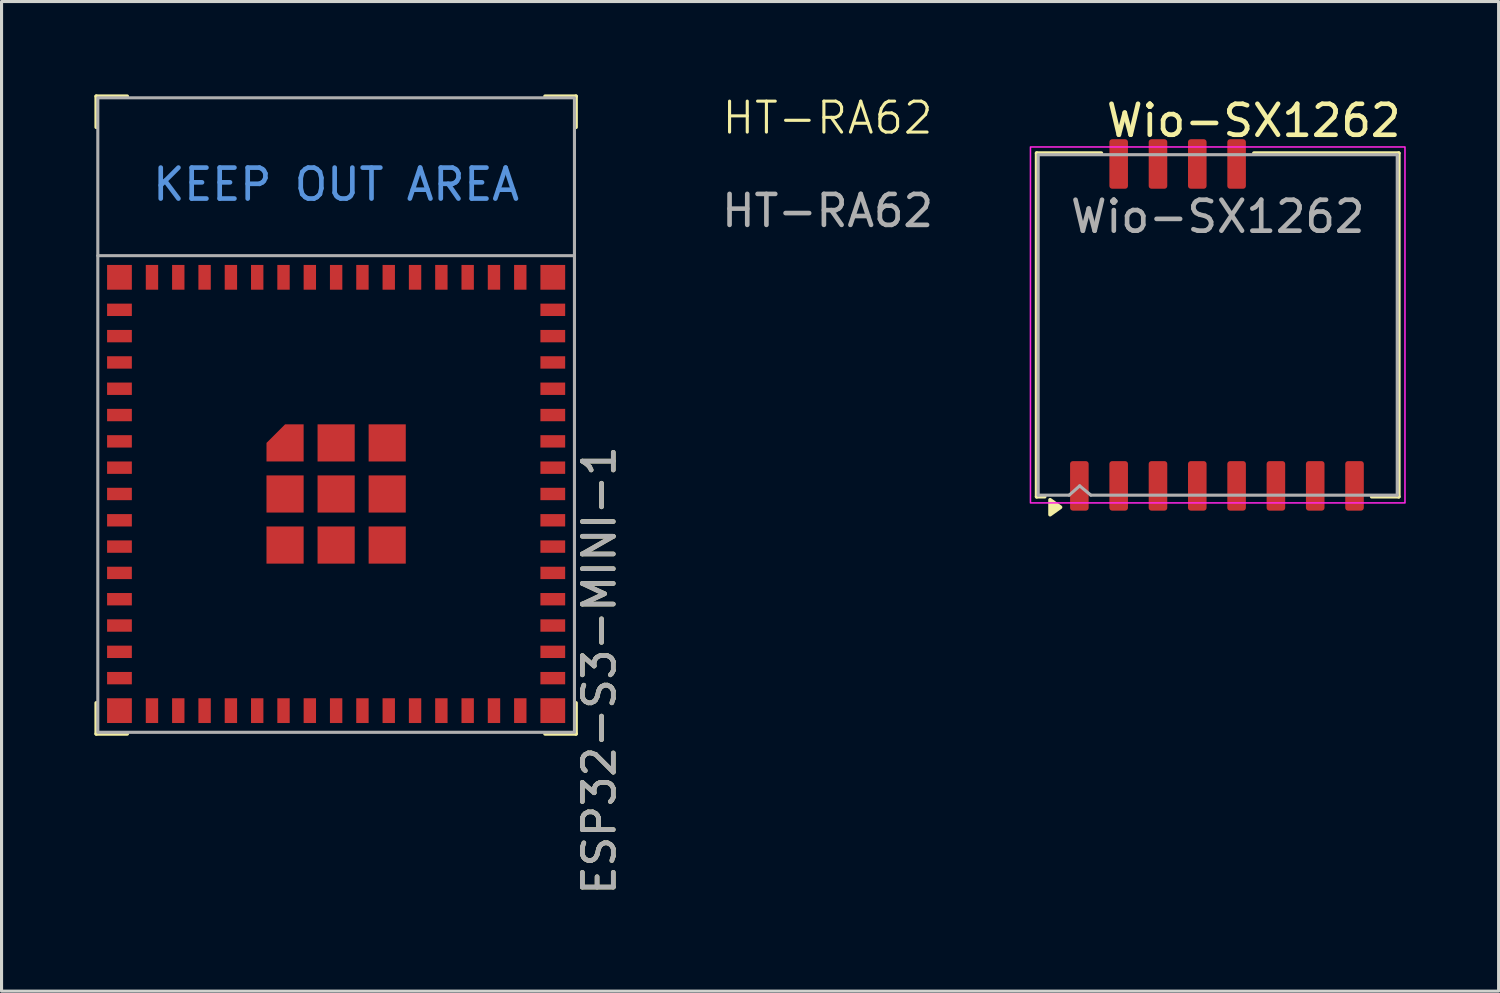
<source format=kicad_pcb>
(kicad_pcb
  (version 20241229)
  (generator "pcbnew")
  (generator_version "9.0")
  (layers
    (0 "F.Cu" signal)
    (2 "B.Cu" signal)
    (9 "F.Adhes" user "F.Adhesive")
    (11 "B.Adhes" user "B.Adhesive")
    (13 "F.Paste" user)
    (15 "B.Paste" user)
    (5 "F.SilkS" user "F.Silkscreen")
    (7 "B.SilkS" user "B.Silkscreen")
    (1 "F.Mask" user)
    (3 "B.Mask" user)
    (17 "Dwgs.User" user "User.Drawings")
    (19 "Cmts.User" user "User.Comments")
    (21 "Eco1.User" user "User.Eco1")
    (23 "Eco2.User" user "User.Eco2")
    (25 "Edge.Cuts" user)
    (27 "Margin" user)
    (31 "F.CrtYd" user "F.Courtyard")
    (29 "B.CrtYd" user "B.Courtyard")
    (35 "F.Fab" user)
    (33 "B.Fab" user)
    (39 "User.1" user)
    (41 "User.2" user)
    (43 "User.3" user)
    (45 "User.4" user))
  (footprint "ESP32-S3-MINI-1"
    (layer "F.Cu")
    (at 7.81 12.91)
    (property "Reference" "ESP32-S3-MINI-1" (at 8.5 5.7 90) (unlocked yes) (layer "F.SilkS") (effects (font (size 1 1) (thickness 0.15))))
    (attr smd)
    (fp_line (start -7.75 -12.85) (end -7.75 -11.85) (stroke (width 0.12) (type solid)) (layer "F.SilkS"))
    (fp_line (start -7.75 -12.85) (end -6.75 -12.85) (stroke (width 0.12) (type solid)) (layer "F.SilkS"))
    (fp_line (start -7.75 7.75) (end -7.75 6.75) (stroke (width 0.12) (type solid)) (layer "F.SilkS"))
    (fp_line (start -7.75 7.75) (end -6.75 7.75) (stroke (width 0.12) (type solid)) (layer "F.SilkS"))
    (fp_line (start 7.75 -12.85) (end 6.75 -12.85) (stroke (width 0.12) (type solid)) (layer "F.SilkS"))
    (fp_line (start 7.75 -12.85) (end 7.75 -11.85) (stroke (width 0.12) (type solid)) (layer "F.SilkS"))
    (fp_line (start 7.75 7.75) (end 6.75 7.75) (stroke (width 0.12) (type solid)) (layer "F.SilkS"))
    (fp_line (start 7.75 7.75) (end 7.75 6.75) (stroke (width 0.12) (type solid)) (layer "F.SilkS"))
    (fp_line (start 7.7 -7.7) (end -7.7 -7.7) (stroke (width 0.1) (type solid)) (layer "F.Fab"))
    (fp_rect (start -7.7 -12.8) (end 7.7 7.7) (stroke (width 0.1) (type solid)) (fill no) (layer "F.Fab"))
    (fp_text user "KEEP OUT AREA" (at 0 -10 0) (unlocked yes) (layer "Cmts.User") (effects (font (size 1 1) (thickness 0.15))))
    (fp_text user "${REFERENCE}" (at 8.5 5.7 90) (unlocked yes) (layer "F.Fab") (effects (font (size 1 1) (thickness 0.15))))
    (pad "1" smd rect (at -7 -5.95) (size 0.8 0.4) (layers "F.Cu" "F.Mask" "F.Paste"))
    (pad "2" smd rect (at -7 -5.1) (size 0.8 0.4) (layers "F.Cu" "F.Mask" "F.Paste"))
    (pad "3" smd rect (at -7 -4.25) (size 0.8 0.4) (layers "F.Cu" "F.Mask" "F.Paste"))
    (pad "4" smd rect (at -7 -3.4) (size 0.8 0.4) (layers "F.Cu" "F.Mask" "F.Paste"))
    (pad "5" smd rect (at -7 -2.55) (size 0.8 0.4) (layers "F.Cu" "F.Mask" "F.Paste"))
    (pad "6" smd rect (at -7 -1.7) (size 0.8 0.4) (layers "F.Cu" "F.Mask" "F.Paste"))
    (pad "7" smd rect (at -7 -0.85) (size 0.8 0.4) (layers "F.Cu" "F.Mask" "F.Paste"))
    (pad "8" smd rect (at -7 0) (size 0.8 0.4) (layers "F.Cu" "F.Mask" "F.Paste"))
    (pad "9" smd rect (at -7 0.85) (size 0.8 0.4) (layers "F.Cu" "F.Mask" "F.Paste"))
    (pad "10" smd rect (at -7 1.7) (size 0.8 0.4) (layers "F.Cu" "F.Mask" "F.Paste"))
    (pad "11" smd rect (at -7 2.55) (size 0.8 0.4) (layers "F.Cu" "F.Mask" "F.Paste"))
    (pad "12" smd rect (at -7 3.4) (size 0.8 0.4) (layers "F.Cu" "F.Mask" "F.Paste"))
    (pad "13" smd rect (at -7 4.25) (size 0.8 0.4) (layers "F.Cu" "F.Mask" "F.Paste"))
    (pad "14" smd rect (at -7 5.1) (size 0.8 0.4) (layers "F.Cu" "F.Mask" "F.Paste"))
    (pad "15" smd rect (at -7 5.95) (size 0.8 0.4) (layers "F.Cu" "F.Mask" "F.Paste"))
    (pad "16" smd rect (at -5.95 7 90) (size 0.8 0.4) (layers "F.Cu" "F.Mask" "F.Paste"))
    (pad "17" smd rect (at -5.1 7 90) (size 0.8 0.4) (layers "F.Cu" "F.Mask" "F.Paste"))
    (pad "18" smd rect (at -4.25 7 90) (size 0.8 0.4) (layers "F.Cu" "F.Mask" "F.Paste"))
    (pad "19" smd rect (at -3.4 7 90) (size 0.8 0.4) (layers "F.Cu" "F.Mask" "F.Paste"))
    (pad "20" smd rect (at -2.55 7 90) (size 0.8 0.4) (layers "F.Cu" "F.Mask" "F.Paste"))
    (pad "21" smd rect (at -1.7 7 90) (size 0.8 0.4) (layers "F.Cu" "F.Mask" "F.Paste"))
    (pad "22" smd rect (at -0.85 7 90) (size 0.8 0.4) (layers "F.Cu" "F.Mask" "F.Paste"))
    (pad "23" smd rect (at 0 7 90) (size 0.8 0.4) (layers "F.Cu" "F.Mask" "F.Paste"))
    (pad "24" smd rect (at 0.85 7 90) (size 0.8 0.4) (layers "F.Cu" "F.Mask" "F.Paste"))
    (pad "25" smd rect (at 1.7 7 90) (size 0.8 0.4) (layers "F.Cu" "F.Mask" "F.Paste"))
    (pad "26" smd rect (at 2.55 7 90) (size 0.8 0.4) (layers "F.Cu" "F.Mask" "F.Paste"))
    (pad "27" smd rect (at 3.4 7 90) (size 0.8 0.4) (layers "F.Cu" "F.Mask" "F.Paste"))
    (pad "28" smd rect (at 4.25 7 90) (size 0.8 0.4) (layers "F.Cu" "F.Mask" "F.Paste"))
    (pad "29" smd rect (at 5.1 7 90) (size 0.8 0.4) (layers "F.Cu" "F.Mask" "F.Paste"))
    (pad "30" smd rect (at 5.95 7 90) (size 0.8 0.4) (layers "F.Cu" "F.Mask" "F.Paste"))
    (pad "31" smd rect (at 7 5.95) (size 0.8 0.4) (layers "F.Cu" "F.Mask" "F.Paste"))
    (pad "32" smd rect (at 7 5.1) (size 0.8 0.4) (layers "F.Cu" "F.Mask" "F.Paste"))
    (pad "33" smd rect (at 7 4.25) (size 0.8 0.4) (layers "F.Cu" "F.Mask" "F.Paste"))
    (pad "34" smd rect (at 7 3.4) (size 0.8 0.4) (layers "F.Cu" "F.Mask" "F.Paste"))
    (pad "35" smd rect (at 7 2.55) (size 0.8 0.4) (layers "F.Cu" "F.Mask" "F.Paste"))
    (pad "36" smd rect (at 7 1.7) (size 0.8 0.4) (layers "F.Cu" "F.Mask" "F.Paste"))
    (pad "37" smd rect (at 7 0.85) (size 0.8 0.4) (layers "F.Cu" "F.Mask" "F.Paste"))
    (pad "38" smd rect (at 7 0) (size 0.8 0.4) (layers "F.Cu" "F.Mask" "F.Paste"))
    (pad "39" smd rect (at 7 -0.85) (size 0.8 0.4) (layers "F.Cu" "F.Mask" "F.Paste"))
    (pad "40" smd rect (at 7 -1.7) (size 0.8 0.4) (layers "F.Cu" "F.Mask" "F.Paste"))
    (pad "41" smd rect (at 7 -2.55) (size 0.8 0.4) (layers "F.Cu" "F.Mask" "F.Paste"))
    (pad "42" smd rect (at 7 -3.4) (size 0.8 0.4) (layers "F.Cu" "F.Mask" "F.Paste"))
    (pad "43" smd rect (at 7 -4.25) (size 0.8 0.4) (layers "F.Cu" "F.Mask" "F.Paste"))
    (pad "44" smd rect (at 7 -5.1) (size 0.8 0.4) (layers "F.Cu" "F.Mask" "F.Paste"))
    (pad "45" smd rect (at 7 -5.95) (size 0.8 0.4) (layers "F.Cu" "F.Mask" "F.Paste"))
    (pad "46" smd rect (at 5.95 -7 90) (size 0.8 0.4) (layers "F.Cu" "F.Mask" "F.Paste"))
    (pad "47" smd rect (at 5.1 -7 90) (size 0.8 0.4) (layers "F.Cu" "F.Mask" "F.Paste"))
    (pad "48" smd rect (at 4.25 -7 90) (size 0.8 0.4) (layers "F.Cu" "F.Mask" "F.Paste"))
    (pad "49" smd rect (at 3.4 -7 90) (size 0.8 0.4) (layers "F.Cu" "F.Mask" "F.Paste"))
    (pad "50" smd rect (at 2.55 -7 90) (size 0.8 0.4) (layers "F.Cu" "F.Mask" "F.Paste"))
    (pad "51" smd rect (at 1.7 -7 90) (size 0.8 0.4) (layers "F.Cu" "F.Mask" "F.Paste"))
    (pad "52" smd rect (at 0.85 -7 90) (size 0.8 0.4) (layers "F.Cu" "F.Mask" "F.Paste"))
    (pad "53" smd rect (at 0 -7 90) (size 0.8 0.4) (layers "F.Cu" "F.Mask" "F.Paste"))
    (pad "54" smd rect (at -0.85 -7 90) (size 0.8 0.4) (layers "F.Cu" "F.Mask" "F.Paste"))
    (pad "55" smd rect (at -1.7 -7 90) (size 0.8 0.4) (layers "F.Cu" "F.Mask" "F.Paste"))
    (pad "56" smd rect (at -2.55 -7 90) (size 0.8 0.4) (layers "F.Cu" "F.Mask" "F.Paste"))
    (pad "57" smd rect (at -3.4 -7 90) (size 0.8 0.4) (layers "F.Cu" "F.Mask" "F.Paste"))
    (pad "58" smd rect (at -4.25 -7 90) (size 0.8 0.4) (layers "F.Cu" "F.Mask" "F.Paste"))
    (pad "59" smd rect (at -5.1 -7 90) (size 0.8 0.4) (layers "F.Cu" "F.Mask" "F.Paste"))
    (pad "60" smd rect (at -5.95 -7 90) (size 0.8 0.4) (layers "F.Cu" "F.Mask" "F.Paste"))
    (pad "61" smd roundrect (at -1.65 -1.65) (size 1.2 1.2) (layers "F.Cu" "F.Mask" "F.Paste") (roundrect_rratio 0) (chamfer_ratio 0.5) (chamfer top_left))
    (pad "61" smd rect (at -1.65 0) (size 1.2 1.2) (layers "F.Cu" "F.Mask" "F.Paste"))
    (pad "61" smd rect (at -1.65 1.65) (size 1.2 1.2) (layers "F.Cu" "F.Mask" "F.Paste"))
    (pad "61" smd rect (at 0 -1.65) (size 1.2 1.2) (layers "F.Cu" "F.Mask" "F.Paste"))
    (pad "61" smd rect (at 0 0) (size 1.2 1.2) (layers "F.Cu" "F.Mask" "F.Paste"))
    (pad "61" smd rect (at 0 1.65) (size 1.2 1.2) (layers "F.Cu" "F.Mask" "F.Paste"))
    (pad "61" smd rect (at 1.65 -1.65) (size 1.2 1.2) (layers "F.Cu" "F.Mask" "F.Paste"))
    (pad "61" smd rect (at 1.65 0) (size 1.2 1.2) (layers "F.Cu" "F.Mask" "F.Paste"))
    (pad "61" smd rect (at 1.65 1.65) (size 1.2 1.2) (layers "F.Cu" "F.Mask" "F.Paste"))
    (pad "62" smd rect (at -7 -7) (size 0.8 0.8) (layers "F.Cu" "F.Mask" "F.Paste"))
    (pad "63" smd rect (at -7 7) (size 0.8 0.8) (layers "F.Cu" "F.Mask" "F.Paste"))
    (pad "64" smd rect (at 7 7) (size 0.8 0.8) (layers "F.Cu" "F.Mask" "F.Paste"))
    (pad "65" smd rect (at 7 -7) (size 0.8 0.8) (layers "F.Cu" "F.Mask" "F.Paste"))
    (zone (net_name "") (layers "F.Cu" "B.Cu") (hatch edge 0.508) (connect_pads) (min_thickness 0.254) (filled_areas_thickness no) (keepout (tracks not_allowed) (vias not_allowed) (pads not_allowed) (copperpour not_allowed) (footprints not_allowed)) (placement (enabled no)) (fill) (polygon (pts (xy 15.51 5.21) (xy 0.11 5.21) (xy 0.11 0.11) (xy 15.51 0.11)))))
  (footprint "HT-RA62"
    (layer "F.Cu")
    (at 23.688 1.26)
    (property "Reference" "HT-RA62" (at 0 -0.5 0) (unlocked yes) (layer "F.SilkS") (effects (font (size 1 1) (thickness 0.1))))
    (attr smd)
    (fp_text user "${REFERENCE}" (at 0 2.5 0) (unlocked yes) (layer "F.Fab") (effects (font (size 1 1) (thickness 0.15)))))
  (footprint "Wio-SX1262"
    (layer "F.Cu")
    (at 36.293 7.448)
    (property "Reference" "Wio-SX1262" (at 6 -6.6 0) (unlocked yes) (layer "F.SilkS") (effects (font (size 1 1) (thickness 0.15)) (justify right)))
    (attr smd)
    (fp_line (start -5.85 5.55) (end -5.85 -5.55) (stroke (width 0.12) (type solid)) (layer "F.SilkS"))
    (fp_line (start -5.85 5.55) (end -5.59 5.55) (stroke (width 0.12) (type solid)) (layer "F.SilkS"))
    (fp_line (start -3.76 -5.55) (end -5.85 -5.55) (stroke (width 0.12) (type solid)) (layer "F.SilkS"))
    (fp_line (start 4.975 5.55) (end 5.85 5.55) (stroke (width 0.12) (type solid)) (layer "F.SilkS"))
    (fp_line (start 5.85 -5.55) (end 1.17 -5.55) (stroke (width 0.12) (type solid)) (layer "F.SilkS"))
    (fp_line (start 5.85 5.55) (end 5.85 -5.55) (stroke (width 0.12) (type solid)) (layer "F.SilkS"))
    (fp_poly (pts (xy -5.08 5.89) (xy -5.416 6.13) (xy -5.416 5.65) (xy -5.08 5.89)) (stroke (width 0.12) (type solid)) (fill yes) (layer "F.SilkS"))
    (fp_rect (start -6.05 -5.75) (end 6.05 5.75) (stroke (width 0.05) (type solid)) (fill no) (layer "F.CrtYd"))
    (fp_line (start -5.8 -5.5) (end 5.8 -5.5) (stroke (width 0.1) (type solid)) (layer "F.Fab"))
    (fp_line (start -5.8 5.5) (end -5.8 -5.5) (stroke (width 0.1) (type solid)) (layer "F.Fab"))
    (fp_line (start -5.8 5.5) (end -4.8 5.5) (stroke (width 0.1) (type solid)) (layer "F.Fab"))
    (fp_line (start -4.8 5.5) (end -4.46 5.2) (stroke (width 0.1) (type solid)) (layer "F.Fab"))
    (fp_line (start -4.46 5.2) (end -4.1 5.5) (stroke (width 0.1) (type solid)) (layer "F.Fab"))
    (fp_line (start 5.8 -5.5) (end 5.8 5.5) (stroke (width 0.1) (type solid)) (layer "F.Fab"))
    (fp_line (start 5.8 5.5) (end -4.1 5.5) (stroke (width 0.1) (type solid)) (layer "F.Fab"))
    (fp_text user "${REFERENCE}" (at 0 -3.5 0) (unlocked yes) (layer "F.Fab") (effects (font (size 1 1) (thickness 0.15))))
    (pad "1" smd roundrect (at -4.47 5.2) (size 0.6 1.6) (layers "F.Cu" "F.Mask" "F.Paste") (roundrect_rratio 0.15))
    (pad "2" smd roundrect (at -3.2 5.2) (size 0.6 1.6) (layers "F.Cu" "F.Mask" "F.Paste") (roundrect_rratio 0.15))
    (pad "3" smd roundrect (at -1.93 5.2) (size 0.6 1.6) (layers "F.Cu" "F.Mask" "F.Paste") (roundrect_rratio 0.15))
    (pad "4" smd roundrect (at -0.66 5.2) (size 0.6 1.6) (layers "F.Cu" "F.Mask" "F.Paste") (roundrect_rratio 0.15))
    (pad "5" smd roundrect (at 0.61 5.2) (size 0.6 1.6) (layers "F.Cu" "F.Mask" "F.Paste") (roundrect_rratio 0.15))
    (pad "6" smd roundrect (at 1.88 5.2) (size 0.6 1.6) (layers "F.Cu" "F.Mask" "F.Paste") (roundrect_rratio 0.15))
    (pad "7" smd roundrect (at 3.15 5.2) (size 0.6 1.6) (layers "F.Cu" "F.Mask" "F.Paste") (roundrect_rratio 0.15))
    (pad "8" smd roundrect (at 4.42 5.2) (size 0.6 1.6) (layers "F.Cu" "F.Mask" "F.Paste") (roundrect_rratio 0.15))
    (pad "9" smd roundrect (at 0.61 -5.2) (size 0.6 1.6) (layers "F.Cu" "F.Mask" "F.Paste") (roundrect_rratio 0.15))
    (pad "10" smd roundrect (at -0.66 -5.2) (size 0.6 1.6) (layers "F.Cu" "F.Mask" "F.Paste") (roundrect_rratio 0.15))
    (pad "11" smd roundrect (at -1.93 -5.2) (size 0.6 1.6) (layers "F.Cu" "F.Mask" "F.Paste") (roundrect_rratio 0.15))
    (pad "12" smd roundrect (at -3.2 -5.2) (size 0.6 1.6) (layers "F.Cu" "F.Mask" "F.Paste") (roundrect_rratio 0.15)))
  (gr_rect
    (start -3 -3)
    (end 45.368 28.973)
    (stroke (width 0.1) (type default))
    (fill no)
    (layer "Edge.Cuts")))
</source>
